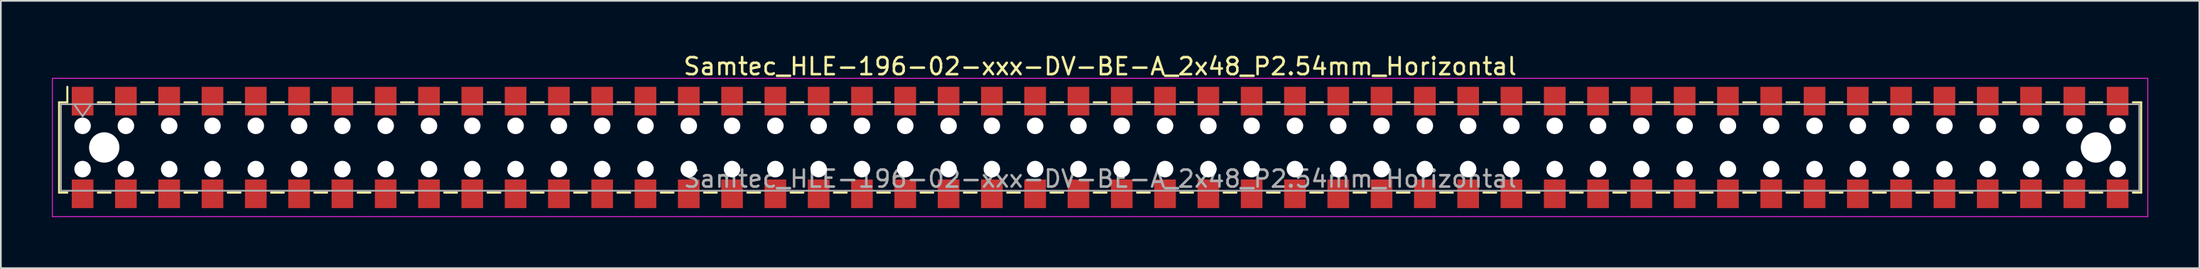
<source format=kicad_pcb>
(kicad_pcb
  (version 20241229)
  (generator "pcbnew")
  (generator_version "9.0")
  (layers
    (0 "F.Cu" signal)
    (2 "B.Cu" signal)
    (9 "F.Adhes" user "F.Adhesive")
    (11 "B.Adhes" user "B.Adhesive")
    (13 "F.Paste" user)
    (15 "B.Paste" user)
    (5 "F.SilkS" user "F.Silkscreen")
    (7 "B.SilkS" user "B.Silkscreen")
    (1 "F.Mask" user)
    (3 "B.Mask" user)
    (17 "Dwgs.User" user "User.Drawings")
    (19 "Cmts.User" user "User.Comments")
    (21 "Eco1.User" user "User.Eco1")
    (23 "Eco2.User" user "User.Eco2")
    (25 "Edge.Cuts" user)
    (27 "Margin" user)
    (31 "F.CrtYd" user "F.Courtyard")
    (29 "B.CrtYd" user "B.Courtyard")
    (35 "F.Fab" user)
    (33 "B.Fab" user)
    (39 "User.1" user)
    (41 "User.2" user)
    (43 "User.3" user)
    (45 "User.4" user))
  (footprint "Samtec_HLE-196-02-xxx-DV-BE-A_2x48_P2.54mm_Horizontal"
    (layer "F.Cu")
    (at 61.485 5.608)
    (property "Reference" "Samtec_HLE-196-02-xxx-DV-BE-A_2x48_P2.54mm_Horizontal" (at 0 -4.76 0) (layer "F.SilkS") (effects (font (size 1 1) (thickness 0.15))))
    (attr smd)
    (fp_line (start -61.07 -2.65) (end -61.07 2.65) (stroke (width 0.12) (type solid)) (layer "F.SilkS"))
    (fp_line (start -61.07 2.65) (end -60.585 2.65) (stroke (width 0.12) (type solid)) (layer "F.SilkS"))
    (fp_line (start -60.585 -3.56) (end -60.585 -2.65) (stroke (width 0.12) (type solid)) (layer "F.SilkS"))
    (fp_line (start -60.585 -2.65) (end -61.07 -2.65) (stroke (width 0.12) (type solid)) (layer "F.SilkS"))
    (fp_line (start -58.795 -2.65) (end -58.045 -2.65) (stroke (width 0.12) (type solid)) (layer "F.SilkS"))
    (fp_line (start -58.795 2.65) (end -58.045 2.65) (stroke (width 0.12) (type solid)) (layer "F.SilkS"))
    (fp_line (start -56.255 -2.65) (end -55.505 -2.65) (stroke (width 0.12) (type solid)) (layer "F.SilkS"))
    (fp_line (start -56.255 2.65) (end -55.505 2.65) (stroke (width 0.12) (type solid)) (layer "F.SilkS"))
    (fp_line (start -53.715 -2.65) (end -52.965 -2.65) (stroke (width 0.12) (type solid)) (layer "F.SilkS"))
    (fp_line (start -53.715 2.65) (end -52.965 2.65) (stroke (width 0.12) (type solid)) (layer "F.SilkS"))
    (fp_line (start -51.175 -2.65) (end -50.425 -2.65) (stroke (width 0.12) (type solid)) (layer "F.SilkS"))
    (fp_line (start -51.175 2.65) (end -50.425 2.65) (stroke (width 0.12) (type solid)) (layer "F.SilkS"))
    (fp_line (start -48.635 -2.65) (end -47.885 -2.65) (stroke (width 0.12) (type solid)) (layer "F.SilkS"))
    (fp_line (start -48.635 2.65) (end -47.885 2.65) (stroke (width 0.12) (type solid)) (layer "F.SilkS"))
    (fp_line (start -46.095 -2.65) (end -45.345 -2.65) (stroke (width 0.12) (type solid)) (layer "F.SilkS"))
    (fp_line (start -46.095 2.65) (end -45.345 2.65) (stroke (width 0.12) (type solid)) (layer "F.SilkS"))
    (fp_line (start -43.555 -2.65) (end -42.805 -2.65) (stroke (width 0.12) (type solid)) (layer "F.SilkS"))
    (fp_line (start -43.555 2.65) (end -42.805 2.65) (stroke (width 0.12) (type solid)) (layer "F.SilkS"))
    (fp_line (start -41.015 -2.65) (end -40.265 -2.65) (stroke (width 0.12) (type solid)) (layer "F.SilkS"))
    (fp_line (start -41.015 2.65) (end -40.265 2.65) (stroke (width 0.12) (type solid)) (layer "F.SilkS"))
    (fp_line (start -38.475 -2.65) (end -37.725 -2.65) (stroke (width 0.12) (type solid)) (layer "F.SilkS"))
    (fp_line (start -38.475 2.65) (end -37.725 2.65) (stroke (width 0.12) (type solid)) (layer "F.SilkS"))
    (fp_line (start -35.935 -2.65) (end -35.185 -2.65) (stroke (width 0.12) (type solid)) (layer "F.SilkS"))
    (fp_line (start -35.935 2.65) (end -35.185 2.65) (stroke (width 0.12) (type solid)) (layer "F.SilkS"))
    (fp_line (start -33.395 -2.65) (end -32.645 -2.65) (stroke (width 0.12) (type solid)) (layer "F.SilkS"))
    (fp_line (start -33.395 2.65) (end -32.645 2.65) (stroke (width 0.12) (type solid)) (layer "F.SilkS"))
    (fp_line (start -30.855 -2.65) (end -30.105 -2.65) (stroke (width 0.12) (type solid)) (layer "F.SilkS"))
    (fp_line (start -30.855 2.65) (end -30.105 2.65) (stroke (width 0.12) (type solid)) (layer "F.SilkS"))
    (fp_line (start -28.315 -2.65) (end -27.565 -2.65) (stroke (width 0.12) (type solid)) (layer "F.SilkS"))
    (fp_line (start -28.315 2.65) (end -27.565 2.65) (stroke (width 0.12) (type solid)) (layer "F.SilkS"))
    (fp_line (start -25.775 -2.65) (end -25.025 -2.65) (stroke (width 0.12) (type solid)) (layer "F.SilkS"))
    (fp_line (start -25.775 2.65) (end -25.025 2.65) (stroke (width 0.12) (type solid)) (layer "F.SilkS"))
    (fp_line (start -23.235 -2.65) (end -22.485 -2.65) (stroke (width 0.12) (type solid)) (layer "F.SilkS"))
    (fp_line (start -23.235 2.65) (end -22.485 2.65) (stroke (width 0.12) (type solid)) (layer "F.SilkS"))
    (fp_line (start -20.695 -2.65) (end -19.945 -2.65) (stroke (width 0.12) (type solid)) (layer "F.SilkS"))
    (fp_line (start -20.695 2.65) (end -19.945 2.65) (stroke (width 0.12) (type solid)) (layer "F.SilkS"))
    (fp_line (start -18.155 -2.65) (end -17.405 -2.65) (stroke (width 0.12) (type solid)) (layer "F.SilkS"))
    (fp_line (start -18.155 2.65) (end -17.405 2.65) (stroke (width 0.12) (type solid)) (layer "F.SilkS"))
    (fp_line (start -15.615 -2.65) (end -14.865 -2.65) (stroke (width 0.12) (type solid)) (layer "F.SilkS"))
    (fp_line (start -15.615 2.65) (end -14.865 2.65) (stroke (width 0.12) (type solid)) (layer "F.SilkS"))
    (fp_line (start -13.075 -2.65) (end -12.325 -2.65) (stroke (width 0.12) (type solid)) (layer "F.SilkS"))
    (fp_line (start -13.075 2.65) (end -12.325 2.65) (stroke (width 0.12) (type solid)) (layer "F.SilkS"))
    (fp_line (start -10.535 -2.65) (end -9.785 -2.65) (stroke (width 0.12) (type solid)) (layer "F.SilkS"))
    (fp_line (start -10.535 2.65) (end -9.785 2.65) (stroke (width 0.12) (type solid)) (layer "F.SilkS"))
    (fp_line (start -7.995 -2.65) (end -7.245 -2.65) (stroke (width 0.12) (type solid)) (layer "F.SilkS"))
    (fp_line (start -7.995 2.65) (end -7.245 2.65) (stroke (width 0.12) (type solid)) (layer "F.SilkS"))
    (fp_line (start -5.455 -2.65) (end -4.705 -2.65) (stroke (width 0.12) (type solid)) (layer "F.SilkS"))
    (fp_line (start -5.455 2.65) (end -4.705 2.65) (stroke (width 0.12) (type solid)) (layer "F.SilkS"))
    (fp_line (start -2.915 -2.65) (end -2.165 -2.65) (stroke (width 0.12) (type solid)) (layer "F.SilkS"))
    (fp_line (start -2.915 2.65) (end -2.165 2.65) (stroke (width 0.12) (type solid)) (layer "F.SilkS"))
    (fp_line (start -0.375 -2.65) (end 0.375 -2.65) (stroke (width 0.12) (type solid)) (layer "F.SilkS"))
    (fp_line (start -0.375 2.65) (end 0.375 2.65) (stroke (width 0.12) (type solid)) (layer "F.SilkS"))
    (fp_line (start 2.165 -2.65) (end 2.915 -2.65) (stroke (width 0.12) (type solid)) (layer "F.SilkS"))
    (fp_line (start 2.165 2.65) (end 2.915 2.65) (stroke (width 0.12) (type solid)) (layer "F.SilkS"))
    (fp_line (start 4.705 -2.65) (end 5.455 -2.65) (stroke (width 0.12) (type solid)) (layer "F.SilkS"))
    (fp_line (start 4.705 2.65) (end 5.455 2.65) (stroke (width 0.12) (type solid)) (layer "F.SilkS"))
    (fp_line (start 7.245 -2.65) (end 7.995 -2.65) (stroke (width 0.12) (type solid)) (layer "F.SilkS"))
    (fp_line (start 7.245 2.65) (end 7.995 2.65) (stroke (width 0.12) (type solid)) (layer "F.SilkS"))
    (fp_line (start 9.785 -2.65) (end 10.535 -2.65) (stroke (width 0.12) (type solid)) (layer "F.SilkS"))
    (fp_line (start 9.785 2.65) (end 10.535 2.65) (stroke (width 0.12) (type solid)) (layer "F.SilkS"))
    (fp_line (start 12.325 -2.65) (end 13.075 -2.65) (stroke (width 0.12) (type solid)) (layer "F.SilkS"))
    (fp_line (start 12.325 2.65) (end 13.075 2.65) (stroke (width 0.12) (type solid)) (layer "F.SilkS"))
    (fp_line (start 14.865 -2.65) (end 15.615 -2.65) (stroke (width 0.12) (type solid)) (layer "F.SilkS"))
    (fp_line (start 14.865 2.65) (end 15.615 2.65) (stroke (width 0.12) (type solid)) (layer "F.SilkS"))
    (fp_line (start 17.405 -2.65) (end 18.155 -2.65) (stroke (width 0.12) (type solid)) (layer "F.SilkS"))
    (fp_line (start 17.405 2.65) (end 18.155 2.65) (stroke (width 0.12) (type solid)) (layer "F.SilkS"))
    (fp_line (start 19.945 -2.65) (end 20.695 -2.65) (stroke (width 0.12) (type solid)) (layer "F.SilkS"))
    (fp_line (start 19.945 2.65) (end 20.695 2.65) (stroke (width 0.12) (type solid)) (layer "F.SilkS"))
    (fp_line (start 22.485 -2.65) (end 23.235 -2.65) (stroke (width 0.12) (type solid)) (layer "F.SilkS"))
    (fp_line (start 22.485 2.65) (end 23.235 2.65) (stroke (width 0.12) (type solid)) (layer "F.SilkS"))
    (fp_line (start 25.025 -2.65) (end 25.775 -2.65) (stroke (width 0.12) (type solid)) (layer "F.SilkS"))
    (fp_line (start 25.025 2.65) (end 25.775 2.65) (stroke (width 0.12) (type solid)) (layer "F.SilkS"))
    (fp_line (start 27.565 -2.65) (end 28.315 -2.65) (stroke (width 0.12) (type solid)) (layer "F.SilkS"))
    (fp_line (start 27.565 2.65) (end 28.315 2.65) (stroke (width 0.12) (type solid)) (layer "F.SilkS"))
    (fp_line (start 30.105 -2.65) (end 30.855 -2.65) (stroke (width 0.12) (type solid)) (layer "F.SilkS"))
    (fp_line (start 30.105 2.65) (end 30.855 2.65) (stroke (width 0.12) (type solid)) (layer "F.SilkS"))
    (fp_line (start 32.645 -2.65) (end 33.395 -2.65) (stroke (width 0.12) (type solid)) (layer "F.SilkS"))
    (fp_line (start 32.645 2.65) (end 33.395 2.65) (stroke (width 0.12) (type solid)) (layer "F.SilkS"))
    (fp_line (start 35.185 -2.65) (end 35.935 -2.65) (stroke (width 0.12) (type solid)) (layer "F.SilkS"))
    (fp_line (start 35.185 2.65) (end 35.935 2.65) (stroke (width 0.12) (type solid)) (layer "F.SilkS"))
    (fp_line (start 37.725 -2.65) (end 38.475 -2.65) (stroke (width 0.12) (type solid)) (layer "F.SilkS"))
    (fp_line (start 37.725 2.65) (end 38.475 2.65) (stroke (width 0.12) (type solid)) (layer "F.SilkS"))
    (fp_line (start 40.265 -2.65) (end 41.015 -2.65) (stroke (width 0.12) (type solid)) (layer "F.SilkS"))
    (fp_line (start 40.265 2.65) (end 41.015 2.65) (stroke (width 0.12) (type solid)) (layer "F.SilkS"))
    (fp_line (start 42.805 -2.65) (end 43.555 -2.65) (stroke (width 0.12) (type solid)) (layer "F.SilkS"))
    (fp_line (start 42.805 2.65) (end 43.555 2.65) (stroke (width 0.12) (type solid)) (layer "F.SilkS"))
    (fp_line (start 45.345 -2.65) (end 46.095 -2.65) (stroke (width 0.12) (type solid)) (layer "F.SilkS"))
    (fp_line (start 45.345 2.65) (end 46.095 2.65) (stroke (width 0.12) (type solid)) (layer "F.SilkS"))
    (fp_line (start 47.885 -2.65) (end 48.635 -2.65) (stroke (width 0.12) (type solid)) (layer "F.SilkS"))
    (fp_line (start 47.885 2.65) (end 48.635 2.65) (stroke (width 0.12) (type solid)) (layer "F.SilkS"))
    (fp_line (start 50.425 -2.65) (end 51.175 -2.65) (stroke (width 0.12) (type solid)) (layer "F.SilkS"))
    (fp_line (start 50.425 2.65) (end 51.175 2.65) (stroke (width 0.12) (type solid)) (layer "F.SilkS"))
    (fp_line (start 52.965 -2.65) (end 53.715 -2.65) (stroke (width 0.12) (type solid)) (layer "F.SilkS"))
    (fp_line (start 52.965 2.65) (end 53.715 2.65) (stroke (width 0.12) (type solid)) (layer "F.SilkS"))
    (fp_line (start 55.505 -2.65) (end 56.255 -2.65) (stroke (width 0.12) (type solid)) (layer "F.SilkS"))
    (fp_line (start 55.505 2.65) (end 56.255 2.65) (stroke (width 0.12) (type solid)) (layer "F.SilkS"))
    (fp_line (start 58.045 -2.65) (end 58.795 -2.65) (stroke (width 0.12) (type solid)) (layer "F.SilkS"))
    (fp_line (start 58.045 2.65) (end 58.795 2.65) (stroke (width 0.12) (type solid)) (layer "F.SilkS"))
    (fp_line (start 60.585 -2.65) (end 61.07 -2.65) (stroke (width 0.12) (type solid)) (layer "F.SilkS"))
    (fp_line (start 61.07 -2.65) (end 61.07 2.65) (stroke (width 0.12) (type solid)) (layer "F.SilkS"))
    (fp_line (start 61.07 2.65) (end 60.585 2.65) (stroke (width 0.12) (type solid)) (layer "F.SilkS"))
    (fp_line (start -61.46 -4.06) (end 61.46 -4.06) (stroke (width 0.05) (type solid)) (layer "F.CrtYd"))
    (fp_line (start -61.46 4.06) (end -61.46 -4.06) (stroke (width 0.05) (type solid)) (layer "F.CrtYd"))
    (fp_line (start 61.46 -4.06) (end 61.46 4.06) (stroke (width 0.05) (type solid)) (layer "F.CrtYd"))
    (fp_line (start 61.46 4.06) (end -61.46 4.06) (stroke (width 0.05) (type solid)) (layer "F.CrtYd"))
    (fp_line (start -60.96 -2.54) (end 60.96 -2.54) (stroke (width 0.1) (type solid)) (layer "F.Fab"))
    (fp_line (start -60.96 2.54) (end -60.96 -2.54) (stroke (width 0.1) (type solid)) (layer "F.Fab"))
    (fp_line (start -60.19 -2.54) (end -59.69 -1.833) (stroke (width 0.1) (type solid)) (layer "F.Fab"))
    (fp_line (start -59.69 -1.833) (end -59.19 -2.54) (stroke (width 0.1) (type solid)) (layer "F.Fab"))
    (fp_line (start 60.96 -2.54) (end 60.96 2.54) (stroke (width 0.1) (type solid)) (layer "F.Fab"))
    (fp_line (start 60.96 2.54) (end -60.96 2.54) (stroke (width 0.1) (type solid)) (layer "F.Fab"))
    (fp_text user "${REFERENCE}" (at 0 1.84 0) (layer "F.Fab") (effects (font (size 1 1) (thickness 0.15))))
    (pad "" np_thru_hole circle (at -59.69 -1.27) (size 0.97 0.97) (drill 0.97) (layers "*.Cu" "*.Mask"))
    (pad "" np_thru_hole circle (at -59.69 1.27) (size 0.97 0.97) (drill 0.97) (layers "*.Cu" "*.Mask"))
    (pad "" np_thru_hole circle (at -58.42 0) (size 1.78 1.78) (drill 1.78) (layers "*.Cu" "*.Mask"))
    (pad "" np_thru_hole circle (at -57.15 -1.27) (size 0.97 0.97) (drill 0.97) (layers "*.Cu" "*.Mask"))
    (pad "" np_thru_hole circle (at -57.15 1.27) (size 0.97 0.97) (drill 0.97) (layers "*.Cu" "*.Mask"))
    (pad "" np_thru_hole circle (at -54.61 -1.27) (size 0.97 0.97) (drill 0.97) (layers "*.Cu" "*.Mask"))
    (pad "" np_thru_hole circle (at -54.61 1.27) (size 0.97 0.97) (drill 0.97) (layers "*.Cu" "*.Mask"))
    (pad "" np_thru_hole circle (at -52.07 -1.27) (size 0.97 0.97) (drill 0.97) (layers "*.Cu" "*.Mask"))
    (pad "" np_thru_hole circle (at -52.07 1.27) (size 0.97 0.97) (drill 0.97) (layers "*.Cu" "*.Mask"))
    (pad "" np_thru_hole circle (at -49.53 -1.27) (size 0.97 0.97) (drill 0.97) (layers "*.Cu" "*.Mask"))
    (pad "" np_thru_hole circle (at -49.53 1.27) (size 0.97 0.97) (drill 0.97) (layers "*.Cu" "*.Mask"))
    (pad "" np_thru_hole circle (at -46.99 -1.27) (size 0.97 0.97) (drill 0.97) (layers "*.Cu" "*.Mask"))
    (pad "" np_thru_hole circle (at -46.99 1.27) (size 0.97 0.97) (drill 0.97) (layers "*.Cu" "*.Mask"))
    (pad "" np_thru_hole circle (at -44.45 -1.27) (size 0.97 0.97) (drill 0.97) (layers "*.Cu" "*.Mask"))
    (pad "" np_thru_hole circle (at -44.45 1.27) (size 0.97 0.97) (drill 0.97) (layers "*.Cu" "*.Mask"))
    (pad "" np_thru_hole circle (at -41.91 -1.27) (size 0.97 0.97) (drill 0.97) (layers "*.Cu" "*.Mask"))
    (pad "" np_thru_hole circle (at -41.91 1.27) (size 0.97 0.97) (drill 0.97) (layers "*.Cu" "*.Mask"))
    (pad "" np_thru_hole circle (at -39.37 -1.27) (size 0.97 0.97) (drill 0.97) (layers "*.Cu" "*.Mask"))
    (pad "" np_thru_hole circle (at -39.37 1.27) (size 0.97 0.97) (drill 0.97) (layers "*.Cu" "*.Mask"))
    (pad "" np_thru_hole circle (at -36.83 -1.27) (size 0.97 0.97) (drill 0.97) (layers "*.Cu" "*.Mask"))
    (pad "" np_thru_hole circle (at -36.83 1.27) (size 0.97 0.97) (drill 0.97) (layers "*.Cu" "*.Mask"))
    (pad "" np_thru_hole circle (at -34.29 -1.27) (size 0.97 0.97) (drill 0.97) (layers "*.Cu" "*.Mask"))
    (pad "" np_thru_hole circle (at -34.29 1.27) (size 0.97 0.97) (drill 0.97) (layers "*.Cu" "*.Mask"))
    (pad "" np_thru_hole circle (at -31.75 -1.27) (size 0.97 0.97) (drill 0.97) (layers "*.Cu" "*.Mask"))
    (pad "" np_thru_hole circle (at -31.75 1.27) (size 0.97 0.97) (drill 0.97) (layers "*.Cu" "*.Mask"))
    (pad "" np_thru_hole circle (at -29.21 -1.27) (size 0.97 0.97) (drill 0.97) (layers "*.Cu" "*.Mask"))
    (pad "" np_thru_hole circle (at -29.21 1.27) (size 0.97 0.97) (drill 0.97) (layers "*.Cu" "*.Mask"))
    (pad "" np_thru_hole circle (at -26.67 -1.27) (size 0.97 0.97) (drill 0.97) (layers "*.Cu" "*.Mask"))
    (pad "" np_thru_hole circle (at -26.67 1.27) (size 0.97 0.97) (drill 0.97) (layers "*.Cu" "*.Mask"))
    (pad "" np_thru_hole circle (at -24.13 -1.27) (size 0.97 0.97) (drill 0.97) (layers "*.Cu" "*.Mask"))
    (pad "" np_thru_hole circle (at -24.13 1.27) (size 0.97 0.97) (drill 0.97) (layers "*.Cu" "*.Mask"))
    (pad "" np_thru_hole circle (at -21.59 -1.27) (size 0.97 0.97) (drill 0.97) (layers "*.Cu" "*.Mask"))
    (pad "" np_thru_hole circle (at -21.59 1.27) (size 0.97 0.97) (drill 0.97) (layers "*.Cu" "*.Mask"))
    (pad "" np_thru_hole circle (at -19.05 -1.27) (size 0.97 0.97) (drill 0.97) (layers "*.Cu" "*.Mask"))
    (pad "" np_thru_hole circle (at -19.05 1.27) (size 0.97 0.97) (drill 0.97) (layers "*.Cu" "*.Mask"))
    (pad "" np_thru_hole circle (at -16.51 -1.27) (size 0.97 0.97) (drill 0.97) (layers "*.Cu" "*.Mask"))
    (pad "" np_thru_hole circle (at -16.51 1.27) (size 0.97 0.97) (drill 0.97) (layers "*.Cu" "*.Mask"))
    (pad "" np_thru_hole circle (at -13.97 -1.27) (size 0.97 0.97) (drill 0.97) (layers "*.Cu" "*.Mask"))
    (pad "" np_thru_hole circle (at -13.97 1.27) (size 0.97 0.97) (drill 0.97) (layers "*.Cu" "*.Mask"))
    (pad "" np_thru_hole circle (at -11.43 -1.27) (size 0.97 0.97) (drill 0.97) (layers "*.Cu" "*.Mask"))
    (pad "" np_thru_hole circle (at -11.43 1.27) (size 0.97 0.97) (drill 0.97) (layers "*.Cu" "*.Mask"))
    (pad "" np_thru_hole circle (at -8.89 -1.27) (size 0.97 0.97) (drill 0.97) (layers "*.Cu" "*.Mask"))
    (pad "" np_thru_hole circle (at -8.89 1.27) (size 0.97 0.97) (drill 0.97) (layers "*.Cu" "*.Mask"))
    (pad "" np_thru_hole circle (at -6.35 -1.27) (size 0.97 0.97) (drill 0.97) (layers "*.Cu" "*.Mask"))
    (pad "" np_thru_hole circle (at -6.35 1.27) (size 0.97 0.97) (drill 0.97) (layers "*.Cu" "*.Mask"))
    (pad "" np_thru_hole circle (at -3.81 -1.27) (size 0.97 0.97) (drill 0.97) (layers "*.Cu" "*.Mask"))
    (pad "" np_thru_hole circle (at -3.81 1.27) (size 0.97 0.97) (drill 0.97) (layers "*.Cu" "*.Mask"))
    (pad "" np_thru_hole circle (at -1.27 -1.27) (size 0.97 0.97) (drill 0.97) (layers "*.Cu" "*.Mask"))
    (pad "" np_thru_hole circle (at -1.27 1.27) (size 0.97 0.97) (drill 0.97) (layers "*.Cu" "*.Mask"))
    (pad "" np_thru_hole circle (at 1.27 -1.27) (size 0.97 0.97) (drill 0.97) (layers "*.Cu" "*.Mask"))
    (pad "" np_thru_hole circle (at 1.27 1.27) (size 0.97 0.97) (drill 0.97) (layers "*.Cu" "*.Mask"))
    (pad "" np_thru_hole circle (at 3.81 -1.27) (size 0.97 0.97) (drill 0.97) (layers "*.Cu" "*.Mask"))
    (pad "" np_thru_hole circle (at 3.81 1.27) (size 0.97 0.97) (drill 0.97) (layers "*.Cu" "*.Mask"))
    (pad "" np_thru_hole circle (at 6.35 -1.27) (size 0.97 0.97) (drill 0.97) (layers "*.Cu" "*.Mask"))
    (pad "" np_thru_hole circle (at 6.35 1.27) (size 0.97 0.97) (drill 0.97) (layers "*.Cu" "*.Mask"))
    (pad "" np_thru_hole circle (at 8.89 -1.27) (size 0.97 0.97) (drill 0.97) (layers "*.Cu" "*.Mask"))
    (pad "" np_thru_hole circle (at 8.89 1.27) (size 0.97 0.97) (drill 0.97) (layers "*.Cu" "*.Mask"))
    (pad "" np_thru_hole circle (at 11.43 -1.27) (size 0.97 0.97) (drill 0.97) (layers "*.Cu" "*.Mask"))
    (pad "" np_thru_hole circle (at 11.43 1.27) (size 0.97 0.97) (drill 0.97) (layers "*.Cu" "*.Mask"))
    (pad "" np_thru_hole circle (at 13.97 -1.27) (size 0.97 0.97) (drill 0.97) (layers "*.Cu" "*.Mask"))
    (pad "" np_thru_hole circle (at 13.97 1.27) (size 0.97 0.97) (drill 0.97) (layers "*.Cu" "*.Mask"))
    (pad "" np_thru_hole circle (at 16.51 -1.27) (size 0.97 0.97) (drill 0.97) (layers "*.Cu" "*.Mask"))
    (pad "" np_thru_hole circle (at 16.51 1.27) (size 0.97 0.97) (drill 0.97) (layers "*.Cu" "*.Mask"))
    (pad "" np_thru_hole circle (at 19.05 -1.27) (size 0.97 0.97) (drill 0.97) (layers "*.Cu" "*.Mask"))
    (pad "" np_thru_hole circle (at 19.05 1.27) (size 0.97 0.97) (drill 0.97) (layers "*.Cu" "*.Mask"))
    (pad "" np_thru_hole circle (at 21.59 -1.27) (size 0.97 0.97) (drill 0.97) (layers "*.Cu" "*.Mask"))
    (pad "" np_thru_hole circle (at 21.59 1.27) (size 0.97 0.97) (drill 0.97) (layers "*.Cu" "*.Mask"))
    (pad "" np_thru_hole circle (at 24.13 -1.27) (size 0.97 0.97) (drill 0.97) (layers "*.Cu" "*.Mask"))
    (pad "" np_thru_hole circle (at 24.13 1.27) (size 0.97 0.97) (drill 0.97) (layers "*.Cu" "*.Mask"))
    (pad "" np_thru_hole circle (at 26.67 -1.27) (size 0.97 0.97) (drill 0.97) (layers "*.Cu" "*.Mask"))
    (pad "" np_thru_hole circle (at 26.67 1.27) (size 0.97 0.97) (drill 0.97) (layers "*.Cu" "*.Mask"))
    (pad "" np_thru_hole circle (at 29.21 -1.27) (size 0.97 0.97) (drill 0.97) (layers "*.Cu" "*.Mask"))
    (pad "" np_thru_hole circle (at 29.21 1.27) (size 0.97 0.97) (drill 0.97) (layers "*.Cu" "*.Mask"))
    (pad "" np_thru_hole circle (at 31.75 -1.27) (size 0.97 0.97) (drill 0.97) (layers "*.Cu" "*.Mask"))
    (pad "" np_thru_hole circle (at 31.75 1.27) (size 0.97 0.97) (drill 0.97) (layers "*.Cu" "*.Mask"))
    (pad "" np_thru_hole circle (at 34.29 -1.27) (size 0.97 0.97) (drill 0.97) (layers "*.Cu" "*.Mask"))
    (pad "" np_thru_hole circle (at 34.29 1.27) (size 0.97 0.97) (drill 0.97) (layers "*.Cu" "*.Mask"))
    (pad "" np_thru_hole circle (at 36.83 -1.27) (size 0.97 0.97) (drill 0.97) (layers "*.Cu" "*.Mask"))
    (pad "" np_thru_hole circle (at 36.83 1.27) (size 0.97 0.97) (drill 0.97) (layers "*.Cu" "*.Mask"))
    (pad "" np_thru_hole circle (at 39.37 -1.27) (size 0.97 0.97) (drill 0.97) (layers "*.Cu" "*.Mask"))
    (pad "" np_thru_hole circle (at 39.37 1.27) (size 0.97 0.97) (drill 0.97) (layers "*.Cu" "*.Mask"))
    (pad "" np_thru_hole circle (at 41.91 -1.27) (size 0.97 0.97) (drill 0.97) (layers "*.Cu" "*.Mask"))
    (pad "" np_thru_hole circle (at 41.91 1.27) (size 0.97 0.97) (drill 0.97) (layers "*.Cu" "*.Mask"))
    (pad "" np_thru_hole circle (at 44.45 -1.27) (size 0.97 0.97) (drill 0.97) (layers "*.Cu" "*.Mask"))
    (pad "" np_thru_hole circle (at 44.45 1.27) (size 0.97 0.97) (drill 0.97) (layers "*.Cu" "*.Mask"))
    (pad "" np_thru_hole circle (at 46.99 -1.27) (size 0.97 0.97) (drill 0.97) (layers "*.Cu" "*.Mask"))
    (pad "" np_thru_hole circle (at 46.99 1.27) (size 0.97 0.97) (drill 0.97) (layers "*.Cu" "*.Mask"))
    (pad "" np_thru_hole circle (at 49.53 -1.27) (size 0.97 0.97) (drill 0.97) (layers "*.Cu" "*.Mask"))
    (pad "" np_thru_hole circle (at 49.53 1.27) (size 0.97 0.97) (drill 0.97) (layers "*.Cu" "*.Mask"))
    (pad "" np_thru_hole circle (at 52.07 -1.27) (size 0.97 0.97) (drill 0.97) (layers "*.Cu" "*.Mask"))
    (pad "" np_thru_hole circle (at 52.07 1.27) (size 0.97 0.97) (drill 0.97) (layers "*.Cu" "*.Mask"))
    (pad "" np_thru_hole circle (at 54.61 -1.27) (size 0.97 0.97) (drill 0.97) (layers "*.Cu" "*.Mask"))
    (pad "" np_thru_hole circle (at 54.61 1.27) (size 0.97 0.97) (drill 0.97) (layers "*.Cu" "*.Mask"))
    (pad "" np_thru_hole circle (at 57.15 -1.27) (size 0.97 0.97) (drill 0.97) (layers "*.Cu" "*.Mask"))
    (pad "" np_thru_hole circle (at 57.15 1.27) (size 0.97 0.97) (drill 0.97) (layers "*.Cu" "*.Mask"))
    (pad "" np_thru_hole circle (at 58.42 0) (size 1.78 1.78) (drill 1.78) (layers "*.Cu" "*.Mask"))
    (pad "" np_thru_hole circle (at 59.69 -1.27) (size 0.97 0.97) (drill 0.97) (layers "*.Cu" "*.Mask"))
    (pad "" np_thru_hole circle (at 59.69 1.27) (size 0.97 0.97) (drill 0.97) (layers "*.Cu" "*.Mask"))
    (pad "1" smd rect (at -59.69 -2.72) (size 1.27 1.68) (layers "F.Cu" "F.Mask" "F.Paste"))
    (pad "2" smd rect (at -59.69 2.72) (size 1.27 1.68) (layers "F.Cu" "F.Mask" "F.Paste"))
    (pad "3" smd rect (at -57.15 -2.72) (size 1.27 1.68) (layers "F.Cu" "F.Mask" "F.Paste"))
    (pad "4" smd rect (at -57.15 2.72) (size 1.27 1.68) (layers "F.Cu" "F.Mask" "F.Paste"))
    (pad "5" smd rect (at -54.61 -2.72) (size 1.27 1.68) (layers "F.Cu" "F.Mask" "F.Paste"))
    (pad "6" smd rect (at -54.61 2.72) (size 1.27 1.68) (layers "F.Cu" "F.Mask" "F.Paste"))
    (pad "7" smd rect (at -52.07 -2.72) (size 1.27 1.68) (layers "F.Cu" "F.Mask" "F.Paste"))
    (pad "8" smd rect (at -52.07 2.72) (size 1.27 1.68) (layers "F.Cu" "F.Mask" "F.Paste"))
    (pad "9" smd rect (at -49.53 -2.72) (size 1.27 1.68) (layers "F.Cu" "F.Mask" "F.Paste"))
    (pad "10" smd rect (at -49.53 2.72) (size 1.27 1.68) (layers "F.Cu" "F.Mask" "F.Paste"))
    (pad "11" smd rect (at -46.99 -2.72) (size 1.27 1.68) (layers "F.Cu" "F.Mask" "F.Paste"))
    (pad "12" smd rect (at -46.99 2.72) (size 1.27 1.68) (layers "F.Cu" "F.Mask" "F.Paste"))
    (pad "13" smd rect (at -44.45 -2.72) (size 1.27 1.68) (layers "F.Cu" "F.Mask" "F.Paste"))
    (pad "14" smd rect (at -44.45 2.72) (size 1.27 1.68) (layers "F.Cu" "F.Mask" "F.Paste"))
    (pad "15" smd rect (at -41.91 -2.72) (size 1.27 1.68) (layers "F.Cu" "F.Mask" "F.Paste"))
    (pad "16" smd rect (at -41.91 2.72) (size 1.27 1.68) (layers "F.Cu" "F.Mask" "F.Paste"))
    (pad "17" smd rect (at -39.37 -2.72) (size 1.27 1.68) (layers "F.Cu" "F.Mask" "F.Paste"))
    (pad "18" smd rect (at -39.37 2.72) (size 1.27 1.68) (layers "F.Cu" "F.Mask" "F.Paste"))
    (pad "19" smd rect (at -36.83 -2.72) (size 1.27 1.68) (layers "F.Cu" "F.Mask" "F.Paste"))
    (pad "20" smd rect (at -36.83 2.72) (size 1.27 1.68) (layers "F.Cu" "F.Mask" "F.Paste"))
    (pad "21" smd rect (at -34.29 -2.72) (size 1.27 1.68) (layers "F.Cu" "F.Mask" "F.Paste"))
    (pad "22" smd rect (at -34.29 2.72) (size 1.27 1.68) (layers "F.Cu" "F.Mask" "F.Paste"))
    (pad "23" smd rect (at -31.75 -2.72) (size 1.27 1.68) (layers "F.Cu" "F.Mask" "F.Paste"))
    (pad "24" smd rect (at -31.75 2.72) (size 1.27 1.68) (layers "F.Cu" "F.Mask" "F.Paste"))
    (pad "25" smd rect (at -29.21 -2.72) (size 1.27 1.68) (layers "F.Cu" "F.Mask" "F.Paste"))
    (pad "26" smd rect (at -29.21 2.72) (size 1.27 1.68) (layers "F.Cu" "F.Mask" "F.Paste"))
    (pad "27" smd rect (at -26.67 -2.72) (size 1.27 1.68) (layers "F.Cu" "F.Mask" "F.Paste"))
    (pad "28" smd rect (at -26.67 2.72) (size 1.27 1.68) (layers "F.Cu" "F.Mask" "F.Paste"))
    (pad "29" smd rect (at -24.13 -2.72) (size 1.27 1.68) (layers "F.Cu" "F.Mask" "F.Paste"))
    (pad "30" smd rect (at -24.13 2.72) (size 1.27 1.68) (layers "F.Cu" "F.Mask" "F.Paste"))
    (pad "31" smd rect (at -21.59 -2.72) (size 1.27 1.68) (layers "F.Cu" "F.Mask" "F.Paste"))
    (pad "32" smd rect (at -21.59 2.72) (size 1.27 1.68) (layers "F.Cu" "F.Mask" "F.Paste"))
    (pad "33" smd rect (at -19.05 -2.72) (size 1.27 1.68) (layers "F.Cu" "F.Mask" "F.Paste"))
    (pad "34" smd rect (at -19.05 2.72) (size 1.27 1.68) (layers "F.Cu" "F.Mask" "F.Paste"))
    (pad "35" smd rect (at -16.51 -2.72) (size 1.27 1.68) (layers "F.Cu" "F.Mask" "F.Paste"))
    (pad "36" smd rect (at -16.51 2.72) (size 1.27 1.68) (layers "F.Cu" "F.Mask" "F.Paste"))
    (pad "37" smd rect (at -13.97 -2.72) (size 1.27 1.68) (layers "F.Cu" "F.Mask" "F.Paste"))
    (pad "38" smd rect (at -13.97 2.72) (size 1.27 1.68) (layers "F.Cu" "F.Mask" "F.Paste"))
    (pad "39" smd rect (at -11.43 -2.72) (size 1.27 1.68) (layers "F.Cu" "F.Mask" "F.Paste"))
    (pad "40" smd rect (at -11.43 2.72) (size 1.27 1.68) (layers "F.Cu" "F.Mask" "F.Paste"))
    (pad "41" smd rect (at -8.89 -2.72) (size 1.27 1.68) (layers "F.Cu" "F.Mask" "F.Paste"))
    (pad "42" smd rect (at -8.89 2.72) (size 1.27 1.68) (layers "F.Cu" "F.Mask" "F.Paste"))
    (pad "43" smd rect (at -6.35 -2.72) (size 1.27 1.68) (layers "F.Cu" "F.Mask" "F.Paste"))
    (pad "44" smd rect (at -6.35 2.72) (size 1.27 1.68) (layers "F.Cu" "F.Mask" "F.Paste"))
    (pad "45" smd rect (at -3.81 -2.72) (size 1.27 1.68) (layers "F.Cu" "F.Mask" "F.Paste"))
    (pad "46" smd rect (at -3.81 2.72) (size 1.27 1.68) (layers "F.Cu" "F.Mask" "F.Paste"))
    (pad "47" smd rect (at -1.27 -2.72) (size 1.27 1.68) (layers "F.Cu" "F.Mask" "F.Paste"))
    (pad "48" smd rect (at -1.27 2.72) (size 1.27 1.68) (layers "F.Cu" "F.Mask" "F.Paste"))
    (pad "49" smd rect (at 1.27 -2.72) (size 1.27 1.68) (layers "F.Cu" "F.Mask" "F.Paste"))
    (pad "50" smd rect (at 1.27 2.72) (size 1.27 1.68) (layers "F.Cu" "F.Mask" "F.Paste"))
    (pad "51" smd rect (at 3.81 -2.72) (size 1.27 1.68) (layers "F.Cu" "F.Mask" "F.Paste"))
    (pad "52" smd rect (at 3.81 2.72) (size 1.27 1.68) (layers "F.Cu" "F.Mask" "F.Paste"))
    (pad "53" smd rect (at 6.35 -2.72) (size 1.27 1.68) (layers "F.Cu" "F.Mask" "F.Paste"))
    (pad "54" smd rect (at 6.35 2.72) (size 1.27 1.68) (layers "F.Cu" "F.Mask" "F.Paste"))
    (pad "55" smd rect (at 8.89 -2.72) (size 1.27 1.68) (layers "F.Cu" "F.Mask" "F.Paste"))
    (pad "56" smd rect (at 8.89 2.72) (size 1.27 1.68) (layers "F.Cu" "F.Mask" "F.Paste"))
    (pad "57" smd rect (at 11.43 -2.72) (size 1.27 1.68) (layers "F.Cu" "F.Mask" "F.Paste"))
    (pad "58" smd rect (at 11.43 2.72) (size 1.27 1.68) (layers "F.Cu" "F.Mask" "F.Paste"))
    (pad "59" smd rect (at 13.97 -2.72) (size 1.27 1.68) (layers "F.Cu" "F.Mask" "F.Paste"))
    (pad "60" smd rect (at 13.97 2.72) (size 1.27 1.68) (layers "F.Cu" "F.Mask" "F.Paste"))
    (pad "61" smd rect (at 16.51 -2.72) (size 1.27 1.68) (layers "F.Cu" "F.Mask" "F.Paste"))
    (pad "62" smd rect (at 16.51 2.72) (size 1.27 1.68) (layers "F.Cu" "F.Mask" "F.Paste"))
    (pad "63" smd rect (at 19.05 -2.72) (size 1.27 1.68) (layers "F.Cu" "F.Mask" "F.Paste"))
    (pad "64" smd rect (at 19.05 2.72) (size 1.27 1.68) (layers "F.Cu" "F.Mask" "F.Paste"))
    (pad "65" smd rect (at 21.59 -2.72) (size 1.27 1.68) (layers "F.Cu" "F.Mask" "F.Paste"))
    (pad "66" smd rect (at 21.59 2.72) (size 1.27 1.68) (layers "F.Cu" "F.Mask" "F.Paste"))
    (pad "67" smd rect (at 24.13 -2.72) (size 1.27 1.68) (layers "F.Cu" "F.Mask" "F.Paste"))
    (pad "68" smd rect (at 24.13 2.72) (size 1.27 1.68) (layers "F.Cu" "F.Mask" "F.Paste"))
    (pad "69" smd rect (at 26.67 -2.72) (size 1.27 1.68) (layers "F.Cu" "F.Mask" "F.Paste"))
    (pad "70" smd rect (at 26.67 2.72) (size 1.27 1.68) (layers "F.Cu" "F.Mask" "F.Paste"))
    (pad "71" smd rect (at 29.21 -2.72) (size 1.27 1.68) (layers "F.Cu" "F.Mask" "F.Paste"))
    (pad "72" smd rect (at 29.21 2.72) (size 1.27 1.68) (layers "F.Cu" "F.Mask" "F.Paste"))
    (pad "73" smd rect (at 31.75 -2.72) (size 1.27 1.68) (layers "F.Cu" "F.Mask" "F.Paste"))
    (pad "74" smd rect (at 31.75 2.72) (size 1.27 1.68) (layers "F.Cu" "F.Mask" "F.Paste"))
    (pad "75" smd rect (at 34.29 -2.72) (size 1.27 1.68) (layers "F.Cu" "F.Mask" "F.Paste"))
    (pad "76" smd rect (at 34.29 2.72) (size 1.27 1.68) (layers "F.Cu" "F.Mask" "F.Paste"))
    (pad "77" smd rect (at 36.83 -2.72) (size 1.27 1.68) (layers "F.Cu" "F.Mask" "F.Paste"))
    (pad "78" smd rect (at 36.83 2.72) (size 1.27 1.68) (layers "F.Cu" "F.Mask" "F.Paste"))
    (pad "79" smd rect (at 39.37 -2.72) (size 1.27 1.68) (layers "F.Cu" "F.Mask" "F.Paste"))
    (pad "80" smd rect (at 39.37 2.72) (size 1.27 1.68) (layers "F.Cu" "F.Mask" "F.Paste"))
    (pad "81" smd rect (at 41.91 -2.72) (size 1.27 1.68) (layers "F.Cu" "F.Mask" "F.Paste"))
    (pad "82" smd rect (at 41.91 2.72) (size 1.27 1.68) (layers "F.Cu" "F.Mask" "F.Paste"))
    (pad "83" smd rect (at 44.45 -2.72) (size 1.27 1.68) (layers "F.Cu" "F.Mask" "F.Paste"))
    (pad "84" smd rect (at 44.45 2.72) (size 1.27 1.68) (layers "F.Cu" "F.Mask" "F.Paste"))
    (pad "85" smd rect (at 46.99 -2.72) (size 1.27 1.68) (layers "F.Cu" "F.Mask" "F.Paste"))
    (pad "86" smd rect (at 46.99 2.72) (size 1.27 1.68) (layers "F.Cu" "F.Mask" "F.Paste"))
    (pad "87" smd rect (at 49.53 -2.72) (size 1.27 1.68) (layers "F.Cu" "F.Mask" "F.Paste"))
    (pad "88" smd rect (at 49.53 2.72) (size 1.27 1.68) (layers "F.Cu" "F.Mask" "F.Paste"))
    (pad "89" smd rect (at 52.07 -2.72) (size 1.27 1.68) (layers "F.Cu" "F.Mask" "F.Paste"))
    (pad "90" smd rect (at 52.07 2.72) (size 1.27 1.68) (layers "F.Cu" "F.Mask" "F.Paste"))
    (pad "91" smd rect (at 54.61 -2.72) (size 1.27 1.68) (layers "F.Cu" "F.Mask" "F.Paste"))
    (pad "92" smd rect (at 54.61 2.72) (size 1.27 1.68) (layers "F.Cu" "F.Mask" "F.Paste"))
    (pad "93" smd rect (at 57.15 -2.72) (size 1.27 1.68) (layers "F.Cu" "F.Mask" "F.Paste"))
    (pad "94" smd rect (at 57.15 2.72) (size 1.27 1.68) (layers "F.Cu" "F.Mask" "F.Paste"))
    (pad "95" smd rect (at 59.69 -2.72) (size 1.27 1.68) (layers "F.Cu" "F.Mask" "F.Paste"))
    (pad "96" smd rect (at 59.69 2.72) (size 1.27 1.68) (layers "F.Cu" "F.Mask" "F.Paste")))
  (gr_rect
    (start -3 -3)
    (end 125.97 12.693)
    (stroke (width 0.1) (type default))
    (fill no)
    (layer "Edge.Cuts")))
</source>
